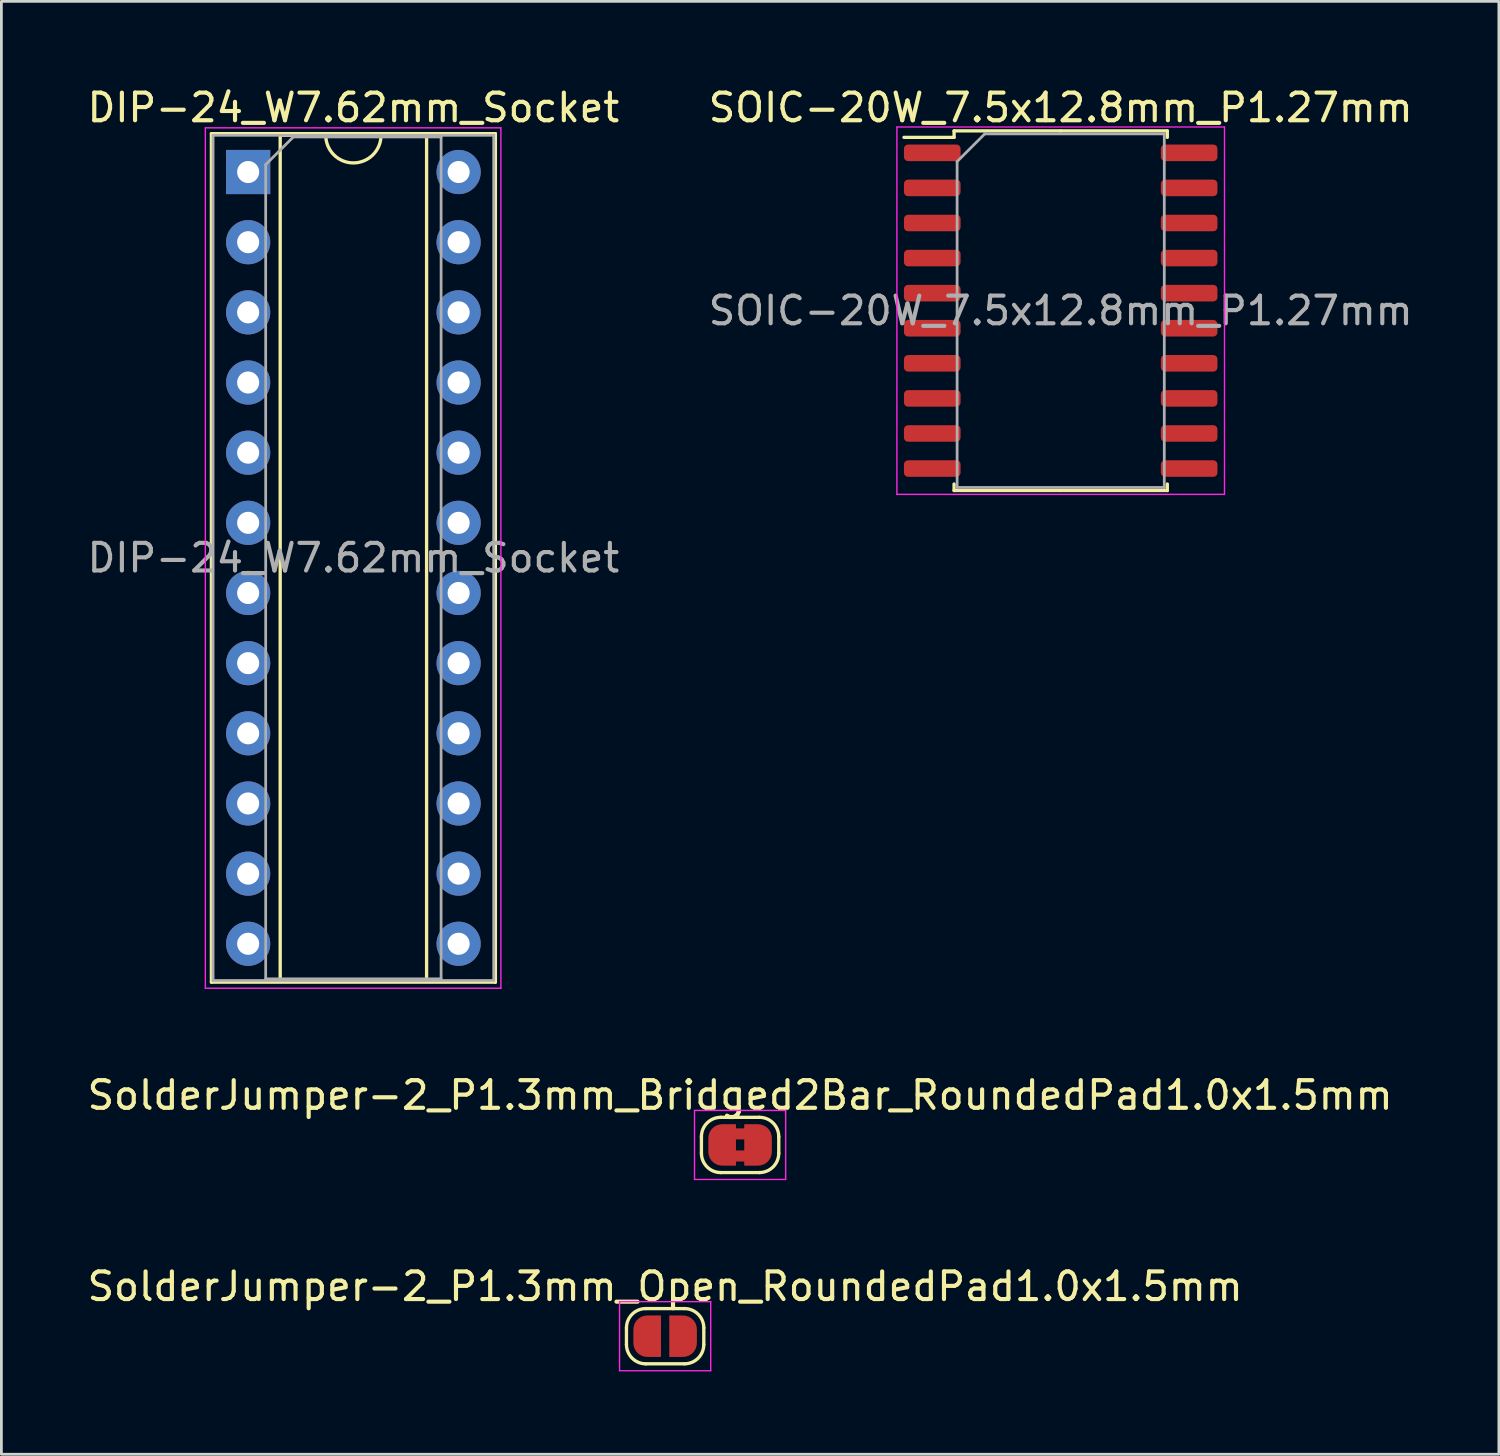
<source format=kicad_pcb>
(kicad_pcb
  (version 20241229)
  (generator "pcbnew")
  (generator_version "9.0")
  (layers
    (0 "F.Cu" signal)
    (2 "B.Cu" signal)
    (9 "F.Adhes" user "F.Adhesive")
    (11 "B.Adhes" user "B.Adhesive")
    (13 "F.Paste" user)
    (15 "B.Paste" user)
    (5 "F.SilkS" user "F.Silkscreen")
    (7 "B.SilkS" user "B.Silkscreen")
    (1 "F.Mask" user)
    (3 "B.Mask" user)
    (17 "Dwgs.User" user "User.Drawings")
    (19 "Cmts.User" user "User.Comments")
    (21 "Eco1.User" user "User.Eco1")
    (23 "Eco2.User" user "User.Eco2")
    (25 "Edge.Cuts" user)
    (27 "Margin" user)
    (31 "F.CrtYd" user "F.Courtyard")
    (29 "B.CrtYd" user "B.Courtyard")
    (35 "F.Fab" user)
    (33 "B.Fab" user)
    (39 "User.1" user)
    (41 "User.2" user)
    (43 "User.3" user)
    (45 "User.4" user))
  (footprint "SolderJumper-2_P1.3mm_Bridged2Bar_RoundedPad1.0x1.5mm"
    (layer "F.Cu")
    (at 23.744 38.401)
    (property "Reference" "SolderJumper-2_P1.3mm_Bridged2Bar_RoundedPad1.0x1.5mm" (at 0 -1.8 0) (layer "F.SilkS") (effects (font (size 1 1) (thickness 0.15))))
    (attr exclude_from_pos_files)
    (fp_poly (pts (xy -0.25 -0.6) (xy 0.25 -0.6) (xy 0.25 -0.2) (xy -0.25 -0.2)) (stroke (width 0) (type solid)) (fill yes) (layer "F.Cu"))
    (fp_poly (pts (xy -0.25 0.2) (xy 0.25 0.2) (xy 0.25 0.6) (xy -0.25 0.6)) (stroke (width 0) (type solid)) (fill yes) (layer "F.Cu"))
    (fp_line (start -1.4 0.3) (end -1.4 -0.3) (stroke (width 0.12) (type solid)) (layer "F.SilkS"))
    (fp_line (start -0.7 -1) (end 0.7 -1) (stroke (width 0.12) (type solid)) (layer "F.SilkS"))
    (fp_line (start 0.7 1) (end -0.7 1) (stroke (width 0.12) (type solid)) (layer "F.SilkS"))
    (fp_line (start 1.4 -0.3) (end 1.4 0.3) (stroke (width 0.12) (type solid)) (layer "F.SilkS"))
    (fp_arc (start -1.4 -0.3) (mid -1.194975 -0.794975) (end -0.7 -1) (stroke (width 0.12) (type solid)) (layer "F.SilkS"))
    (fp_arc (start -0.7 1) (mid -1.194975 0.794975) (end -1.4 0.3) (stroke (width 0.12) (type solid)) (layer "F.SilkS"))
    (fp_arc (start 0.7 -1) (mid 1.194975 -0.794975) (end 1.4 -0.3) (stroke (width 0.12) (type solid)) (layer "F.SilkS"))
    (fp_arc (start 1.4 0.3) (mid 1.194975 0.794975) (end 0.7 1) (stroke (width 0.12) (type solid)) (layer "F.SilkS"))
    (fp_line (start -1.65 -1.25) (end -1.65 1.25) (stroke (width 0.05) (type solid)) (layer "F.CrtYd"))
    (fp_line (start -1.65 -1.25) (end 1.65 -1.25) (stroke (width 0.05) (type solid)) (layer "F.CrtYd"))
    (fp_line (start 1.65 1.25) (end -1.65 1.25) (stroke (width 0.05) (type solid)) (layer "F.CrtYd"))
    (fp_line (start 1.65 1.25) (end 1.65 -1.25) (stroke (width 0.05) (type solid)) (layer "F.CrtYd"))
    (pad "1" smd custom (at -0.65 0) (size 1 0.5) (layers "F.Cu" "F.Mask") (options (anchor rect)) (primitives (gr_circle (center 0 0.25) (end 0.5 0.25) (width 0) (fill yes)) (gr_circle (center 0 -0.25) (end 0.5 -0.25) (width 0) (fill yes)) (gr_poly (pts (xy 0.5 0.75) (xy 0 0.75) (xy 0 -0.75) (xy 0.5 -0.75)) (width 0) (fill yes))))
    (pad "2" smd custom (at 0.65 0) (size 1 0.5) (layers "F.Cu" "F.Mask") (options (anchor rect)) (primitives (gr_circle (center 0 0.25) (end 0.5 0.25) (width 0) (fill yes)) (gr_circle (center 0 -0.25) (end 0.5 -0.25) (width 0) (fill yes)) (gr_poly (pts (xy 0 0.75) (xy -0.5 0.75) (xy -0.5 -0.75) (xy 0 -0.75)) (width 0) (fill yes)))))
  (footprint "SolderJumper-2_P1.3mm_Open_RoundedPad1.0x1.5mm"
    (layer "F.Cu")
    (at 21.03 45.325)
    (property "Reference" "SolderJumper-2_P1.3mm_Open_RoundedPad1.0x1.5mm" (at 0 -1.8 0) (layer "F.SilkS") (effects (font (size 1 1) (thickness 0.15))))
    (attr exclude_from_pos_files)
    (fp_line (start -1.4 0.3) (end -1.4 -0.3) (stroke (width 0.12) (type solid)) (layer "F.SilkS"))
    (fp_line (start -0.7 -1) (end 0.7 -1) (stroke (width 0.12) (type solid)) (layer "F.SilkS"))
    (fp_line (start 0.7 1) (end -0.7 1) (stroke (width 0.12) (type solid)) (layer "F.SilkS"))
    (fp_line (start 1.4 -0.3) (end 1.4 0.3) (stroke (width 0.12) (type solid)) (layer "F.SilkS"))
    (fp_arc (start -1.4 -0.3) (mid -1.194975 -0.794975) (end -0.7 -1) (stroke (width 0.12) (type solid)) (layer "F.SilkS"))
    (fp_arc (start -0.7 1) (mid -1.194975 0.794975) (end -1.4 0.3) (stroke (width 0.12) (type solid)) (layer "F.SilkS"))
    (fp_arc (start 0.7 -1) (mid 1.194975 -0.794975) (end 1.4 -0.3) (stroke (width 0.12) (type solid)) (layer "F.SilkS"))
    (fp_arc (start 1.4 0.3) (mid 1.194975 0.794975) (end 0.7 1) (stroke (width 0.12) (type solid)) (layer "F.SilkS"))
    (fp_line (start -1.65 -1.25) (end -1.65 1.25) (stroke (width 0.05) (type solid)) (layer "F.CrtYd"))
    (fp_line (start -1.65 -1.25) (end 1.65 -1.25) (stroke (width 0.05) (type solid)) (layer "F.CrtYd"))
    (fp_line (start 1.65 1.25) (end -1.65 1.25) (stroke (width 0.05) (type solid)) (layer "F.CrtYd"))
    (fp_line (start 1.65 1.25) (end 1.65 -1.25) (stroke (width 0.05) (type solid)) (layer "F.CrtYd"))
    (pad "1" smd custom (at -0.65 0) (size 1 0.5) (layers "F.Cu" "F.Mask") (options (anchor rect)) (primitives (gr_circle (center 0 0.25) (end 0.5 0.25) (width 0) (fill yes)) (gr_circle (center 0 -0.25) (end 0.5 -0.25) (width 0) (fill yes)) (gr_poly (pts (xy 0.5 0.75) (xy 0 0.75) (xy 0 -0.75) (xy 0.5 -0.75)) (width 0) (fill yes))))
    (pad "2" smd custom (at 0.65 0) (size 1 0.5) (layers "F.Cu" "F.Mask") (options (anchor rect)) (primitives (gr_circle (center 0 0.25) (end 0.5 0.25) (width 0) (fill yes)) (gr_circle (center 0 -0.25) (end 0.5 -0.25) (width 0) (fill yes)) (gr_poly (pts (xy 0 0.75) (xy -0.5 0.75) (xy -0.5 -0.75) (xy 0 -0.75)) (width 0) (fill yes)))))
  (footprint "SOIC-20W_7.5x12.8mm_P1.27mm"
    (layer "F.Cu")
    (at 35.351 8.198)
    (property "Reference" "SOIC-20W_7.5x12.8mm_P1.27mm" (at 0 -7.35 0) (layer "F.SilkS") (effects (font (size 1 1) (thickness 0.15))))
    (attr smd)
    (fp_line (start -3.86 -6.51) (end -3.86 -6.275) (stroke (width 0.12) (type solid)) (layer "F.SilkS"))
    (fp_line (start -3.86 -6.275) (end -5.675 -6.275) (stroke (width 0.12) (type solid)) (layer "F.SilkS"))
    (fp_line (start -3.86 6.51) (end -3.86 6.275) (stroke (width 0.12) (type solid)) (layer "F.SilkS"))
    (fp_line (start 0 -6.51) (end -3.86 -6.51) (stroke (width 0.12) (type solid)) (layer "F.SilkS"))
    (fp_line (start 0 -6.51) (end 3.86 -6.51) (stroke (width 0.12) (type solid)) (layer "F.SilkS"))
    (fp_line (start 0 6.51) (end -3.86 6.51) (stroke (width 0.12) (type solid)) (layer "F.SilkS"))
    (fp_line (start 0 6.51) (end 3.86 6.51) (stroke (width 0.12) (type solid)) (layer "F.SilkS"))
    (fp_line (start 3.86 -6.51) (end 3.86 -6.275) (stroke (width 0.12) (type solid)) (layer "F.SilkS"))
    (fp_line (start 3.86 6.51) (end 3.86 6.275) (stroke (width 0.12) (type solid)) (layer "F.SilkS"))
    (fp_line (start -5.93 -6.65) (end -5.93 6.65) (stroke (width 0.05) (type solid)) (layer "F.CrtYd"))
    (fp_line (start -5.93 6.65) (end 5.93 6.65) (stroke (width 0.05) (type solid)) (layer "F.CrtYd"))
    (fp_line (start 5.93 -6.65) (end -5.93 -6.65) (stroke (width 0.05) (type solid)) (layer "F.CrtYd"))
    (fp_line (start 5.93 6.65) (end 5.93 -6.65) (stroke (width 0.05) (type solid)) (layer "F.CrtYd"))
    (fp_line (start -3.75 -5.4) (end -2.75 -6.4) (stroke (width 0.1) (type solid)) (layer "F.Fab"))
    (fp_line (start -3.75 6.4) (end -3.75 -5.4) (stroke (width 0.1) (type solid)) (layer "F.Fab"))
    (fp_line (start -2.75 -6.4) (end 3.75 -6.4) (stroke (width 0.1) (type solid)) (layer "F.Fab"))
    (fp_line (start 3.75 -6.4) (end 3.75 6.4) (stroke (width 0.1) (type solid)) (layer "F.Fab"))
    (fp_line (start 3.75 6.4) (end -3.75 6.4) (stroke (width 0.1) (type solid)) (layer "F.Fab"))
    (fp_text user "${REFERENCE}" (at 0 0 0) (layer "F.Fab") (effects (font (size 1 1) (thickness 0.15))))
    (pad "1" smd roundrect (at -4.65 -5.715) (size 2.05 0.6) (layers "F.Cu" "F.Mask" "F.Paste") (roundrect_rratio 0.25))
    (pad "2" smd roundrect (at -4.65 -4.445) (size 2.05 0.6) (layers "F.Cu" "F.Mask" "F.Paste") (roundrect_rratio 0.25))
    (pad "3" smd roundrect (at -4.65 -3.175) (size 2.05 0.6) (layers "F.Cu" "F.Mask" "F.Paste") (roundrect_rratio 0.25))
    (pad "4" smd roundrect (at -4.65 -1.905) (size 2.05 0.6) (layers "F.Cu" "F.Mask" "F.Paste") (roundrect_rratio 0.25))
    (pad "5" smd roundrect (at -4.65 -0.635) (size 2.05 0.6) (layers "F.Cu" "F.Mask" "F.Paste") (roundrect_rratio 0.25))
    (pad "6" smd roundrect (at -4.65 0.635) (size 2.05 0.6) (layers "F.Cu" "F.Mask" "F.Paste") (roundrect_rratio 0.25))
    (pad "7" smd roundrect (at -4.65 1.905) (size 2.05 0.6) (layers "F.Cu" "F.Mask" "F.Paste") (roundrect_rratio 0.25))
    (pad "8" smd roundrect (at -4.65 3.175) (size 2.05 0.6) (layers "F.Cu" "F.Mask" "F.Paste") (roundrect_rratio 0.25))
    (pad "9" smd roundrect (at -4.65 4.445) (size 2.05 0.6) (layers "F.Cu" "F.Mask" "F.Paste") (roundrect_rratio 0.25))
    (pad "10" smd roundrect (at -4.65 5.715) (size 2.05 0.6) (layers "F.Cu" "F.Mask" "F.Paste") (roundrect_rratio 0.25))
    (pad "11" smd roundrect (at 4.65 5.715) (size 2.05 0.6) (layers "F.Cu" "F.Mask" "F.Paste") (roundrect_rratio 0.25))
    (pad "12" smd roundrect (at 4.65 4.445) (size 2.05 0.6) (layers "F.Cu" "F.Mask" "F.Paste") (roundrect_rratio 0.25))
    (pad "13" smd roundrect (at 4.65 3.175) (size 2.05 0.6) (layers "F.Cu" "F.Mask" "F.Paste") (roundrect_rratio 0.25))
    (pad "14" smd roundrect (at 4.65 1.905) (size 2.05 0.6) (layers "F.Cu" "F.Mask" "F.Paste") (roundrect_rratio 0.25))
    (pad "15" smd roundrect (at 4.65 0.635) (size 2.05 0.6) (layers "F.Cu" "F.Mask" "F.Paste") (roundrect_rratio 0.25))
    (pad "16" smd roundrect (at 4.65 -0.635) (size 2.05 0.6) (layers "F.Cu" "F.Mask" "F.Paste") (roundrect_rratio 0.25))
    (pad "17" smd roundrect (at 4.65 -1.905) (size 2.05 0.6) (layers "F.Cu" "F.Mask" "F.Paste") (roundrect_rratio 0.25))
    (pad "18" smd roundrect (at 4.65 -3.175) (size 2.05 0.6) (layers "F.Cu" "F.Mask" "F.Paste") (roundrect_rratio 0.25))
    (pad "19" smd roundrect (at 4.65 -4.445) (size 2.05 0.6) (layers "F.Cu" "F.Mask" "F.Paste") (roundrect_rratio 0.25))
    (pad "20" smd roundrect (at 4.65 -5.715) (size 2.05 0.6) (layers "F.Cu" "F.Mask" "F.Paste") (roundrect_rratio 0.25)))
  (footprint "DIP-24_W7.62mm_Socket"
    (layer "F.Cu")
    (at 5.934 3.178)
    (property "Reference" "DIP-24_W7.62mm_Socket" (at 3.81 -2.33 0) (layer "F.SilkS") (effects (font (size 1 1) (thickness 0.15))))
    (attr through_hole)
    (fp_line (start -1.33 -1.39) (end -1.33 29.33) (stroke (width 0.12) (type solid)) (layer "F.SilkS"))
    (fp_line (start -1.33 29.33) (end 8.95 29.33) (stroke (width 0.12) (type solid)) (layer "F.SilkS"))
    (fp_line (start 1.16 -1.33) (end 1.16 29.27) (stroke (width 0.12) (type solid)) (layer "F.SilkS"))
    (fp_line (start 1.16 29.27) (end 6.46 29.27) (stroke (width 0.12) (type solid)) (layer "F.SilkS"))
    (fp_line (start 2.81 -1.33) (end 1.16 -1.33) (stroke (width 0.12) (type solid)) (layer "F.SilkS"))
    (fp_line (start 6.46 -1.33) (end 4.81 -1.33) (stroke (width 0.12) (type solid)) (layer "F.SilkS"))
    (fp_line (start 6.46 29.27) (end 6.46 -1.33) (stroke (width 0.12) (type solid)) (layer "F.SilkS"))
    (fp_line (start 8.95 -1.39) (end -1.33 -1.39) (stroke (width 0.12) (type solid)) (layer "F.SilkS"))
    (fp_line (start 8.95 29.33) (end 8.95 -1.39) (stroke (width 0.12) (type solid)) (layer "F.SilkS"))
    (fp_arc (start 4.81 -1.33) (mid 3.81 -0.33) (end 2.81 -1.33) (stroke (width 0.12) (type solid)) (layer "F.SilkS"))
    (fp_line (start -1.55 -1.6) (end -1.55 29.55) (stroke (width 0.05) (type solid)) (layer "F.CrtYd"))
    (fp_line (start -1.55 29.55) (end 9.15 29.55) (stroke (width 0.05) (type solid)) (layer "F.CrtYd"))
    (fp_line (start 9.15 -1.6) (end -1.55 -1.6) (stroke (width 0.05) (type solid)) (layer "F.CrtYd"))
    (fp_line (start 9.15 29.55) (end 9.15 -1.6) (stroke (width 0.05) (type solid)) (layer "F.CrtYd"))
    (fp_line (start -1.27 -1.33) (end -1.27 29.27) (stroke (width 0.1) (type solid)) (layer "F.Fab"))
    (fp_line (start -1.27 29.27) (end 8.89 29.27) (stroke (width 0.1) (type solid)) (layer "F.Fab"))
    (fp_line (start 0.635 -0.27) (end 1.635 -1.27) (stroke (width 0.1) (type solid)) (layer "F.Fab"))
    (fp_line (start 0.635 29.21) (end 0.635 -0.27) (stroke (width 0.1) (type solid)) (layer "F.Fab"))
    (fp_line (start 1.635 -1.27) (end 6.985 -1.27) (stroke (width 0.1) (type solid)) (layer "F.Fab"))
    (fp_line (start 6.985 -1.27) (end 6.985 29.21) (stroke (width 0.1) (type solid)) (layer "F.Fab"))
    (fp_line (start 6.985 29.21) (end 0.635 29.21) (stroke (width 0.1) (type solid)) (layer "F.Fab"))
    (fp_line (start 8.89 -1.33) (end -1.27 -1.33) (stroke (width 0.1) (type solid)) (layer "F.Fab"))
    (fp_line (start 8.89 29.27) (end 8.89 -1.33) (stroke (width 0.1) (type solid)) (layer "F.Fab"))
    (fp_text user "${REFERENCE}" (at 3.81 13.97 0) (layer "F.Fab") (effects (font (size 1 1) (thickness 0.15))))
    (pad "1" thru_hole rect (at 0 0) (size 1.6 1.6) (drill 0.8) (layers "*.Cu" "*.Mask"))
    (pad "2" thru_hole oval (at 0 2.54) (size 1.6 1.6) (drill 0.8) (layers "*.Cu" "*.Mask"))
    (pad "3" thru_hole oval (at 0 5.08) (size 1.6 1.6) (drill 0.8) (layers "*.Cu" "*.Mask"))
    (pad "4" thru_hole oval (at 0 7.62) (size 1.6 1.6) (drill 0.8) (layers "*.Cu" "*.Mask"))
    (pad "5" thru_hole oval (at 0 10.16) (size 1.6 1.6) (drill 0.8) (layers "*.Cu" "*.Mask"))
    (pad "6" thru_hole oval (at 0 12.7) (size 1.6 1.6) (drill 0.8) (layers "*.Cu" "*.Mask"))
    (pad "7" thru_hole oval (at 0 15.24) (size 1.6 1.6) (drill 0.8) (layers "*.Cu" "*.Mask"))
    (pad "8" thru_hole oval (at 0 17.78) (size 1.6 1.6) (drill 0.8) (layers "*.Cu" "*.Mask"))
    (pad "9" thru_hole oval (at 0 20.32) (size 1.6 1.6) (drill 0.8) (layers "*.Cu" "*.Mask"))
    (pad "10" thru_hole oval (at 0 22.86) (size 1.6 1.6) (drill 0.8) (layers "*.Cu" "*.Mask"))
    (pad "11" thru_hole oval (at 0 25.4) (size 1.6 1.6) (drill 0.8) (layers "*.Cu" "*.Mask"))
    (pad "12" thru_hole oval (at 0 27.94) (size 1.6 1.6) (drill 0.8) (layers "*.Cu" "*.Mask"))
    (pad "13" thru_hole oval (at 7.62 27.94) (size 1.6 1.6) (drill 0.8) (layers "*.Cu" "*.Mask"))
    (pad "14" thru_hole oval (at 7.62 25.4) (size 1.6 1.6) (drill 0.8) (layers "*.Cu" "*.Mask"))
    (pad "15" thru_hole oval (at 7.62 22.86) (size 1.6 1.6) (drill 0.8) (layers "*.Cu" "*.Mask"))
    (pad "16" thru_hole oval (at 7.62 20.32) (size 1.6 1.6) (drill 0.8) (layers "*.Cu" "*.Mask"))
    (pad "17" thru_hole oval (at 7.62 17.78) (size 1.6 1.6) (drill 0.8) (layers "*.Cu" "*.Mask"))
    (pad "18" thru_hole oval (at 7.62 15.24) (size 1.6 1.6) (drill 0.8) (layers "*.Cu" "*.Mask"))
    (pad "19" thru_hole oval (at 7.62 12.7) (size 1.6 1.6) (drill 0.8) (layers "*.Cu" "*.Mask"))
    (pad "20" thru_hole oval (at 7.62 10.16) (size 1.6 1.6) (drill 0.8) (layers "*.Cu" "*.Mask"))
    (pad "21" thru_hole oval (at 7.62 7.62) (size 1.6 1.6) (drill 0.8) (layers "*.Cu" "*.Mask"))
    (pad "22" thru_hole oval (at 7.62 5.08) (size 1.6 1.6) (drill 0.8) (layers "*.Cu" "*.Mask"))
    (pad "23" thru_hole oval (at 7.62 2.54) (size 1.6 1.6) (drill 0.8) (layers "*.Cu" "*.Mask"))
    (pad "24" thru_hole oval (at 7.62 0) (size 1.6 1.6) (drill 0.8) (layers "*.Cu" "*.Mask")))
  (gr_rect
    (start -3 -3)
    (end 51.214 49.6)
    (stroke (width 0.1) (type default))
    (fill no)
    (layer "Edge.Cuts")))
</source>
